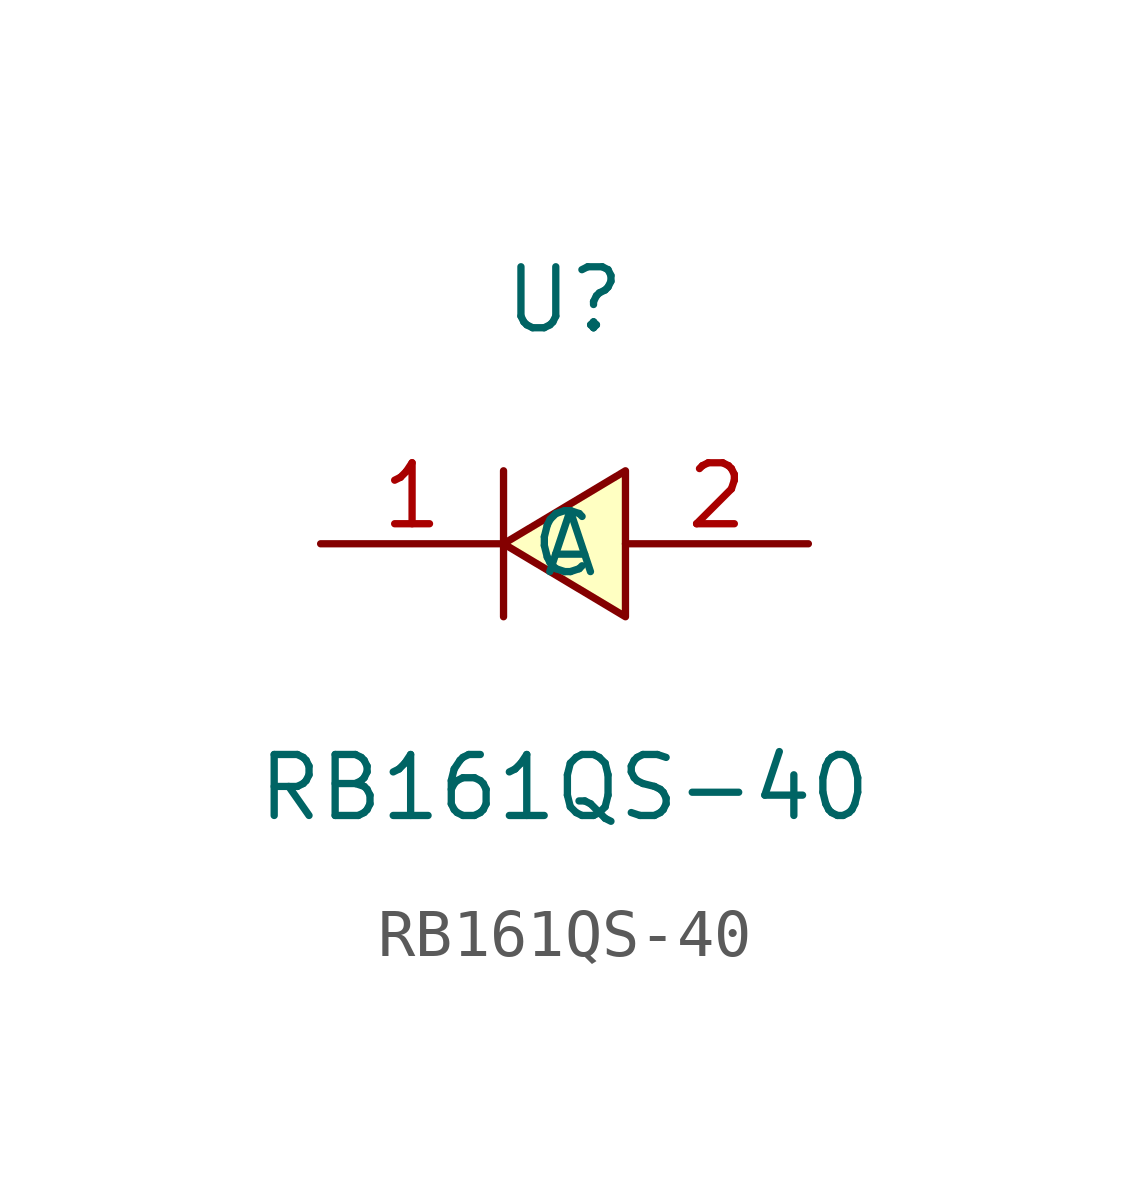
<source format=kicad_sym>
(kicad_symbol_lib
  (version 20231120)
  (generator "kicad_symbol_editor")
  (generator_version "8.0")
  (symbol "RB161QS-40"
    (property "Reference" "U"
      (at 0 5.08 0)
      (effects (font (size 1.27 1.27))))
    (property "Value" "RB161QS-40"
      (at 0 -5.08 0)
      (effects (font (size 1.27 1.27))))
    (symbol "RB161QS-40_0_1"
      (polyline (pts (xy 1.27 1.52) (xy -1.27 -0.00) (xy 1.27 -1.52) (xy 1.27 1.52)) (stroke (width 0) (type default) (color 0 0 0 0)) (fill (type background)))
      (polyline (pts (xy -1.27 -1.52) (xy -1.27 1.52)) (stroke (width 0) (type default) (color 0 0 0 0)) (fill (type none)))
      (pin unspecified line (at 5.08 -0.00 180) (length 3.81) (name "A" (effects (font (size 1.27 1.27)))) (number "2" (effects (font (size 1.27 1.27)))))
      (pin unspecified line (at -5.08 -0.00 0) (length 3.81) (name "C" (effects (font (size 1.27 1.27)))) (number "1" (effects (font (size 1.27 1.27))))))))
</source>
